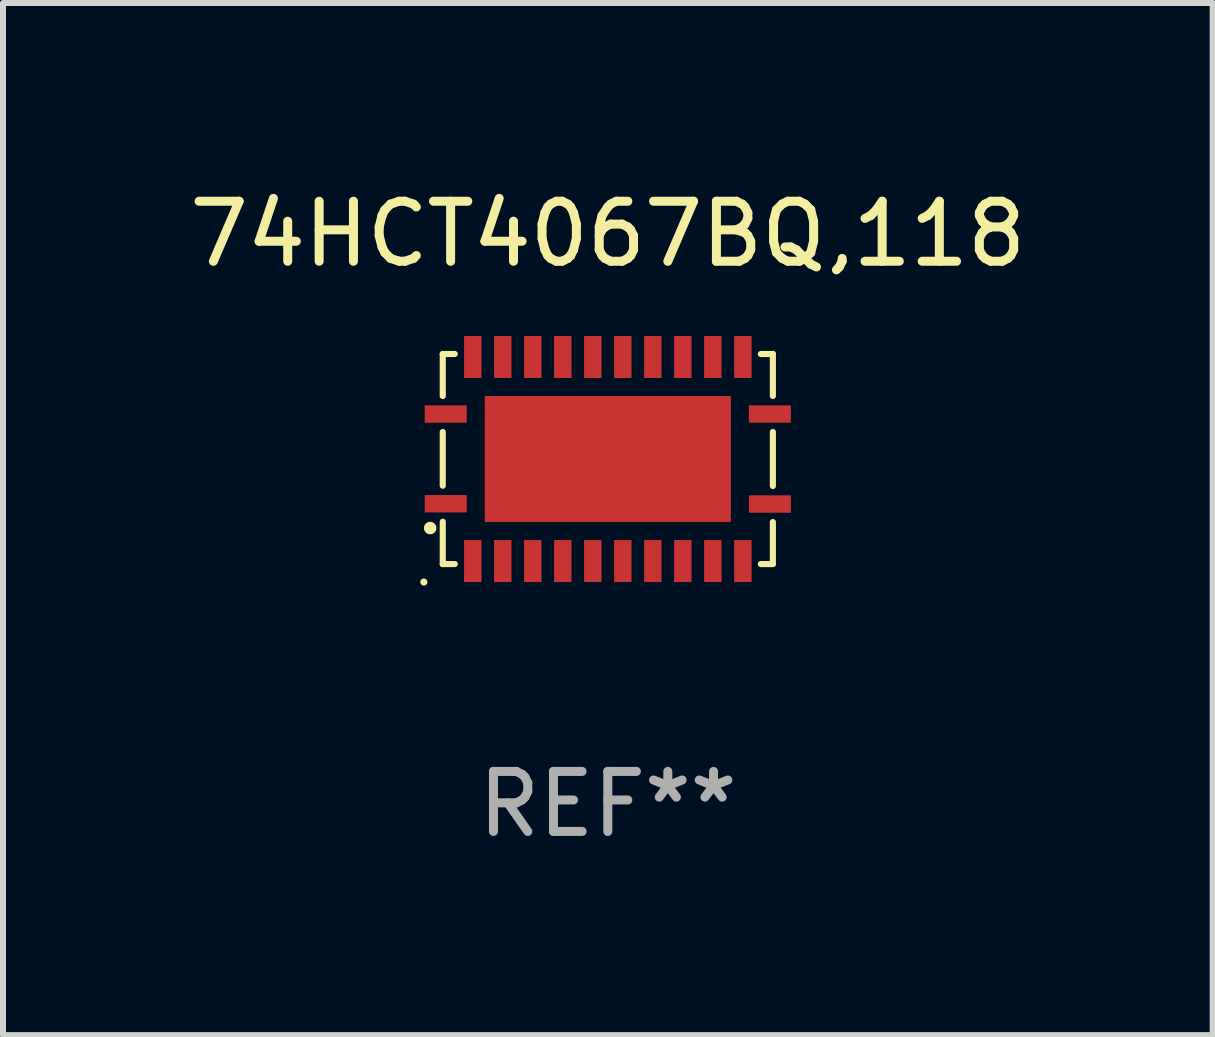
<source format=kicad_pcb>
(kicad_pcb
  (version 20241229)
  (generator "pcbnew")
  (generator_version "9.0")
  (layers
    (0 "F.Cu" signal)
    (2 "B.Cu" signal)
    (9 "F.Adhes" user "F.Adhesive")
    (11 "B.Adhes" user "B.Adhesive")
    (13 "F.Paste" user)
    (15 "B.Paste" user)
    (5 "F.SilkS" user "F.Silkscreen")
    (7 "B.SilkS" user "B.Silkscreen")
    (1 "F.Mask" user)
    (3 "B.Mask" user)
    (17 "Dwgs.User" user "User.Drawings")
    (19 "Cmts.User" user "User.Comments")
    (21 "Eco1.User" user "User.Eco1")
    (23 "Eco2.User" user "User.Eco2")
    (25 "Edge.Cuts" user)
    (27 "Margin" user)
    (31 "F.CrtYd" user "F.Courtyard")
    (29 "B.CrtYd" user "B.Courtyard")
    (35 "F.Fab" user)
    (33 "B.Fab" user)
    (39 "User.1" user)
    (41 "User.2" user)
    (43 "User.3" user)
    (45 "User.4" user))
  (footprint "74HCT4067BQ,118"
    (layer "F.Cu")
    (at 7.077 4.598)
    (property "Reference" "74HCT4067BQ,118" (at 0 -3.75 0) (layer "F.SilkS") (effects (font (size 1 1) (thickness 0.15))))
    (attr through_hole)
    (fp_line (start -2.75 -1.75) (end -2.75 -1.05) (stroke (width 0.102) (type solid)) (layer "F.SilkS"))
    (fp_line (start -2.75 -1.75) (end -2.55 -1.75) (stroke (width 0.102) (type solid)) (layer "F.SilkS"))
    (fp_line (start -2.75 -0.45) (end -2.75 0.445) (stroke (width 0.102) (type solid)) (layer "F.SilkS"))
    (fp_line (start -2.75 1.75) (end -2.75 1.045) (stroke (width 0.102) (type solid)) (layer "F.SilkS"))
    (fp_line (start -2.55 1.75) (end -2.75 1.75) (stroke (width 0.102) (type solid)) (layer "F.SilkS"))
    (fp_line (start 2.55 -1.75) (end 2.75 -1.75) (stroke (width 0.102) (type solid)) (layer "F.SilkS"))
    (fp_line (start 2.75 -1.75) (end 2.75 -1.05) (stroke (width 0.102) (type solid)) (layer "F.SilkS"))
    (fp_line (start 2.75 -0.45) (end 2.75 0.45) (stroke (width 0.102) (type solid)) (layer "F.SilkS"))
    (fp_line (start 2.75 1.05) (end 2.75 1.75) (stroke (width 0.102) (type solid)) (layer "F.SilkS"))
    (fp_line (start 2.75 1.75) (end 2.55 1.75) (stroke (width 0.102) (type solid)) (layer "F.SilkS"))
    (fp_circle (center -3.065 2.05) (end -3.035 2.05) (stroke (width 0.06) (type solid)) (fill no) (layer "F.SilkS"))
    (fp_circle (center -2.96 1.15) (end -2.906 1.15) (stroke (width 0.102) (type solid)) (fill no) (layer "F.SilkS"))
    (fp_text user "REF**" (at 0 5.75 0) (layer "F.Fab") (effects (font (size 1 1) (thickness 0.15))))
    (pad "1" smd rect (at -2.7 0.745 90) (size 0.29 0.7) (layers "F.Cu" "F.Mask" "F.Paste"))
    (pad "2" smd rect (at -2.25 1.7) (size 0.29 0.7) (layers "F.Cu" "F.Mask" "F.Paste"))
    (pad "3" smd rect (at -1.75 1.7) (size 0.29 0.7) (layers "F.Cu" "F.Mask" "F.Paste"))
    (pad "4" smd rect (at -1.25 1.7) (size 0.29 0.7) (layers "F.Cu" "F.Mask" "F.Paste"))
    (pad "5" smd rect (at -0.75 1.7) (size 0.29 0.7) (layers "F.Cu" "F.Mask" "F.Paste"))
    (pad "6" smd rect (at -0.25 1.7) (size 0.29 0.7) (layers "F.Cu" "F.Mask" "F.Paste"))
    (pad "7" smd rect (at 0.25 1.7) (size 0.29 0.7) (layers "F.Cu" "F.Mask" "F.Paste"))
    (pad "8" smd rect (at 0.75 1.7) (size 0.29 0.7) (layers "F.Cu" "F.Mask" "F.Paste"))
    (pad "9" smd rect (at 1.25 1.7) (size 0.29 0.7) (layers "F.Cu" "F.Mask" "F.Paste"))
    (pad "10" smd rect (at 1.75 1.7) (size 0.29 0.7) (layers "F.Cu" "F.Mask" "F.Paste"))
    (pad "11" smd rect (at 2.25 1.7) (size 0.29 0.7) (layers "F.Cu" "F.Mask" "F.Paste"))
    (pad "12" smd rect (at 2.7 0.75 90) (size 0.29 0.7) (layers "F.Cu" "F.Mask" "F.Paste"))
    (pad "13" smd rect (at 2.7 -0.75 90) (size 0.29 0.7) (layers "F.Cu" "F.Mask" "F.Paste"))
    (pad "14" smd rect (at 2.25 -1.7 180) (size 0.29 0.7) (layers "F.Cu" "F.Mask" "F.Paste"))
    (pad "15" smd rect (at 1.75 -1.7 180) (size 0.29 0.7) (layers "F.Cu" "F.Mask" "F.Paste"))
    (pad "16" smd rect (at 1.25 -1.7 180) (size 0.29 0.7) (layers "F.Cu" "F.Mask" "F.Paste"))
    (pad "17" smd rect (at 0.75 -1.7 180) (size 0.29 0.7) (layers "F.Cu" "F.Mask" "F.Paste"))
    (pad "18" smd rect (at 0.25 -1.7 180) (size 0.29 0.7) (layers "F.Cu" "F.Mask" "F.Paste"))
    (pad "19" smd rect (at -0.25 -1.7 180) (size 0.29 0.7) (layers "F.Cu" "F.Mask" "F.Paste"))
    (pad "20" smd rect (at -0.75 -1.7 180) (size 0.29 0.7) (layers "F.Cu" "F.Mask" "F.Paste"))
    (pad "21" smd rect (at -1.25 -1.7 180) (size 0.29 0.7) (layers "F.Cu" "F.Mask" "F.Paste"))
    (pad "22" smd rect (at -1.75 -1.7 180) (size 0.29 0.7) (layers "F.Cu" "F.Mask" "F.Paste"))
    (pad "23" smd rect (at -2.25 -1.7 180) (size 0.29 0.7) (layers "F.Cu" "F.Mask" "F.Paste"))
    (pad "24" smd rect (at -2.7 -0.75 270) (size 0.29 0.7) (layers "F.Cu" "F.Mask" "F.Paste"))
    (pad "25" smd rect (at 0 0) (size 4.1 2.1) (layers "F.Cu" "F.Mask" "F.Paste")))
  (gr_rect
    (start -3 -3)
    (end 17.155 14.197)
    (stroke (width 0.1) (type default))
    (fill no)
    (layer "Edge.Cuts")))
</source>
